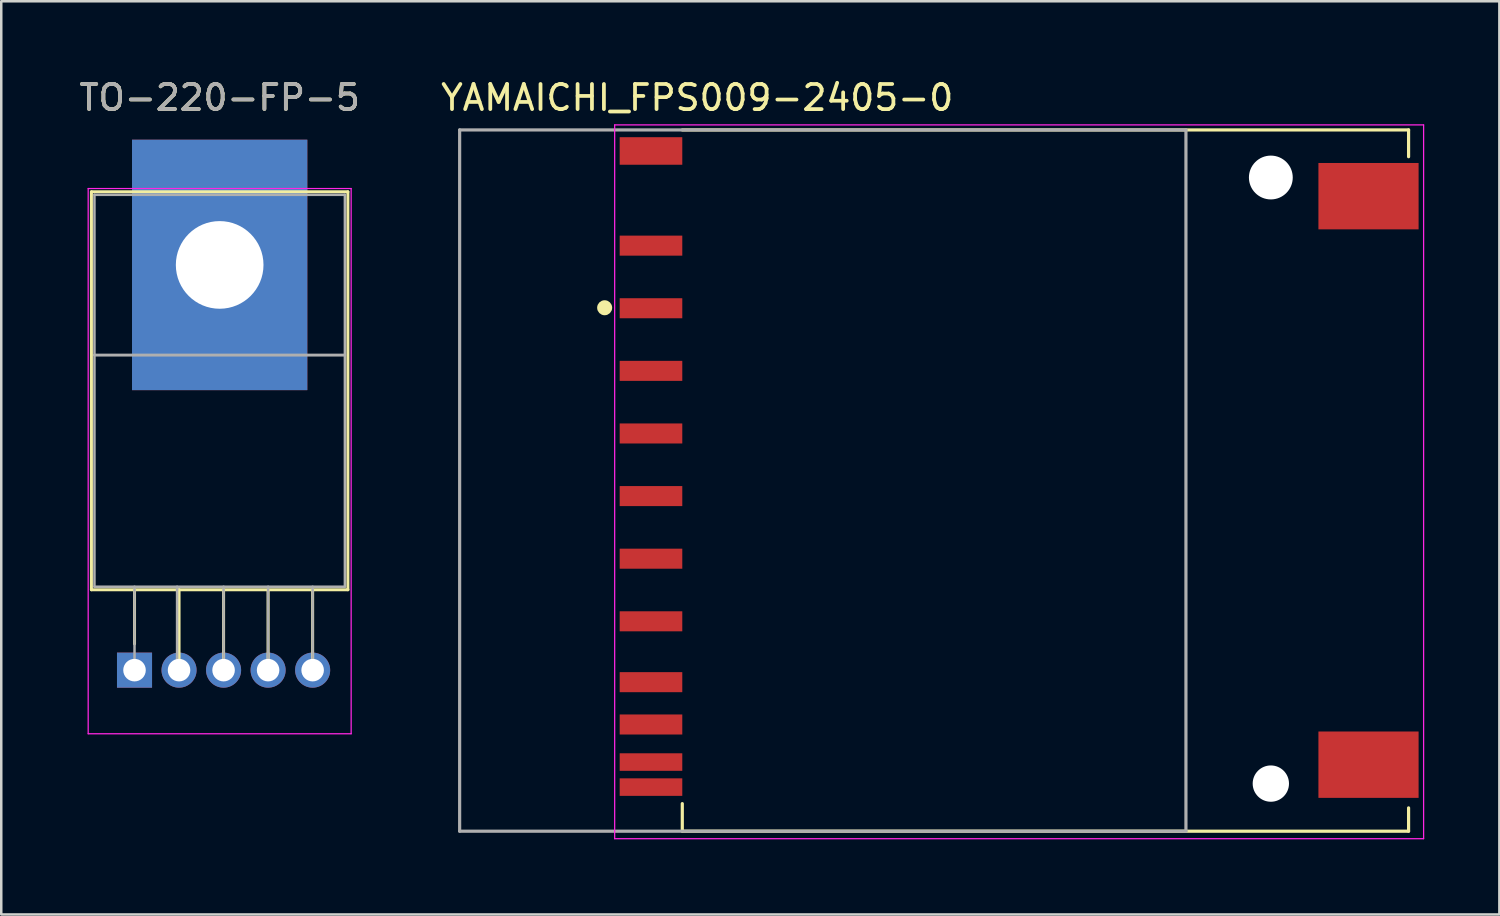
<source format=kicad_pcb>
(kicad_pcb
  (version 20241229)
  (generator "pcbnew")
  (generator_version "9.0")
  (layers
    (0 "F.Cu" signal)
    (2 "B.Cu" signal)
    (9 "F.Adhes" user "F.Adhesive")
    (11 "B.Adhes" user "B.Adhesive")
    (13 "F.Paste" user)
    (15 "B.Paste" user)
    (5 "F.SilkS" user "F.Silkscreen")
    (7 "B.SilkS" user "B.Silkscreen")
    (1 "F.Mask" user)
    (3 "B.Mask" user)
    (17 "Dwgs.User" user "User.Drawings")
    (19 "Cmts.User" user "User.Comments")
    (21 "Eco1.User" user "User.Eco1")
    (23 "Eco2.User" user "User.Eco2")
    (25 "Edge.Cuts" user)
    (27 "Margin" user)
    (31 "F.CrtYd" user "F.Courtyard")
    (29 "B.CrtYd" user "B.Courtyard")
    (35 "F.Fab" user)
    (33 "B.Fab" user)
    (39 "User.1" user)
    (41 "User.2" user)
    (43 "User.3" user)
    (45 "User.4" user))
  (footprint "TO-220-FP-5"
    (layer "F.Cu")
    (at 2.321 23.708)
    (property "Reference" "TO-220-FP-5" (at 3.4 -22.86 0) (layer "F.SilkS") (effects (font (size 1 1) (thickness 0.15))))
    (attr through_hole)
    (fp_line (start -1.721 -19.1) (end -1.721 -3.21) (stroke (width 0.12) (type solid)) (layer "F.SilkS"))
    (fp_line (start -1.721 -19.1) (end 8.52 -19.1) (stroke (width 0.12) (type solid)) (layer "F.SilkS"))
    (fp_line (start -1.721 -3.21) (end 8.52 -3.21) (stroke (width 0.12) (type solid)) (layer "F.SilkS"))
    (fp_line (start 0 -3.21) (end 0 -1.05) (stroke (width 0.12) (type solid)) (layer "F.SilkS"))
    (fp_line (start 1.778 -3.21) (end 1.778 0) (stroke (width 0.12) (type solid)) (layer "F.SilkS"))
    (fp_line (start 3.556 -3.21) (end 3.556 0) (stroke (width 0.12) (type solid)) (layer "F.SilkS"))
    (fp_line (start 5.334 -3.21) (end 5.334 0) (stroke (width 0.12) (type solid)) (layer "F.SilkS"))
    (fp_line (start 7.112 -3.21) (end 7.112 0) (stroke (width 0.12) (type solid)) (layer "F.SilkS"))
    (fp_line (start 8.52 -19.1) (end 8.52 -3.21) (stroke (width 0.12) (type solid)) (layer "F.SilkS"))
    (fp_line (start -1.85 -19.23) (end -1.85 2.54) (stroke (width 0.05) (type solid)) (layer "F.CrtYd"))
    (fp_line (start -1.85 2.54) (end 8.65 2.54) (stroke (width 0.05) (type solid)) (layer "F.CrtYd"))
    (fp_line (start 8.65 -19.23) (end -1.85 -19.23) (stroke (width 0.05) (type solid)) (layer "F.CrtYd"))
    (fp_line (start 8.65 2.54) (end 8.65 -19.23) (stroke (width 0.05) (type solid)) (layer "F.CrtYd"))
    (fp_line (start -1.6 -18.98) (end 8.4 -18.98) (stroke (width 0.1) (type solid)) (layer "F.Fab"))
    (fp_line (start -1.6 -12.58) (end -1.6 -18.98) (stroke (width 0.1) (type solid)) (layer "F.Fab"))
    (fp_line (start -1.6 -12.58) (end 8.4 -12.58) (stroke (width 0.1) (type solid)) (layer "F.Fab"))
    (fp_line (start -1.6 -3.33) (end -1.6 -12.58) (stroke (width 0.1) (type solid)) (layer "F.Fab"))
    (fp_line (start 0 -3.33) (end 0 0) (stroke (width 0.1) (type solid)) (layer "F.Fab"))
    (fp_line (start 1.7 -3.33) (end 1.7 0) (stroke (width 0.1) (type solid)) (layer "F.Fab"))
    (fp_line (start 3.556 -3.33) (end 3.556 0) (stroke (width 0.1) (type solid)) (layer "F.Fab"))
    (fp_line (start 5.334 -3.33) (end 5.334 0) (stroke (width 0.1) (type solid)) (layer "F.Fab"))
    (fp_line (start 7.112 -3.33) (end 7.112 0) (stroke (width 0.1) (type solid)) (layer "F.Fab"))
    (fp_line (start 8.4 -18.98) (end 8.4 -12.58) (stroke (width 0.1) (type solid)) (layer "F.Fab"))
    (fp_line (start 8.4 -12.58) (end -1.6 -12.58) (stroke (width 0.1) (type solid)) (layer "F.Fab"))
    (fp_line (start 8.4 -12.58) (end 8.4 -3.33) (stroke (width 0.1) (type solid)) (layer "F.Fab"))
    (fp_line (start 8.4 -3.33) (end -1.6 -3.33) (stroke (width 0.1) (type solid)) (layer "F.Fab"))
    (fp_text user "${REFERENCE}" (at 3.4 -22.86 0) (layer "F.Fab") (effects (font (size 1 1) (thickness 0.15))))
    (pad "1" thru_hole rect (at 0 0) (size 1.4 1.4) (drill 0.9) (layers "*.Cu" "*.Mask"))
    (pad "2" thru_hole oval (at 1.778 0) (size 1.4 1.4) (drill 0.9) (layers "*.Cu" "*.Mask"))
    (pad "3" thru_hole oval (at 3.556 0) (size 1.4 1.4) (drill 0.9) (layers "*.Cu" "*.Mask"))
    (pad "4" thru_hole oval (at 5.334 0) (size 1.4 1.4) (drill 0.9) (layers "*.Cu" "*.Mask"))
    (pad "5" thru_hole oval (at 7.112 0) (size 1.4 1.4) (drill 0.9) (layers "*.Cu" "*.Mask"))
    (pad "6" thru_hole rect (at 3.4 -16.18) (size 7 10) (drill 3.5) (layers "*.Cu" "*.Mask")))
  (footprint "YAMAICHI_FPS009-2405-0"
    (layer "F.Cu")
    (at 38.803 16.138)
    (property "Reference" "YAMAICHI_FPS009-2405-0" (at -14.014 -15.288 0) (layer "F.SilkS") (effects (font (size 1.003 1.003) (thickness 0.15))))
    (attr through_hole)
    (fp_line (start -14.61 -14) (end 14.39 -14) (stroke (width 0.127) (type solid)) (layer "F.SilkS"))
    (fp_line (start -14.61 14) (end -14.61 12.9) (stroke (width 0.127) (type solid)) (layer "F.SilkS"))
    (fp_line (start 14.39 -14) (end 14.39 -12.93) (stroke (width 0.127) (type solid)) (layer "F.SilkS"))
    (fp_line (start 14.39 14) (end -14.61 14) (stroke (width 0.127) (type solid)) (layer "F.SilkS"))
    (fp_line (start 14.39 14) (end 14.39 13.07) (stroke (width 0.127) (type solid)) (layer "F.SilkS"))
    (fp_circle (center -17.71 -6.9) (end -17.56 -6.9) (stroke (width 0.3) (type solid)) (fill no) (layer "F.SilkS"))
    (fp_line (start -17.31 -14.2) (end -17.31 14.3) (stroke (width 0.05) (type solid)) (layer "F.CrtYd"))
    (fp_line (start -17.31 14.3) (end 14.99 14.3) (stroke (width 0.05) (type solid)) (layer "F.CrtYd"))
    (fp_line (start 14.99 -14.2) (end -17.31 -14.2) (stroke (width 0.05) (type solid)) (layer "F.CrtYd"))
    (fp_line (start 14.99 14.3) (end 14.99 -14.2) (stroke (width 0.05) (type solid)) (layer "F.CrtYd"))
    (fp_line (start -23.5 -14) (end -23.5 14) (stroke (width 0.127) (type solid)) (layer "F.Fab"))
    (fp_line (start -23.5 14) (end 5.5 14) (stroke (width 0.127) (type solid)) (layer "F.Fab"))
    (fp_line (start 5.5 -14) (end -23.5 -14) (stroke (width 0.127) (type solid)) (layer "F.Fab"))
    (fp_line (start 5.5 14) (end 5.5 -14) (stroke (width 0.127) (type solid)) (layer "F.Fab"))
    (pad "" np_thru_hole circle (at 8.89 -12.1) (size 1.75 1.75) (drill 1.75) (layers "*.Cu" "*.Mask"))
    (pad "" np_thru_hole circle (at 8.89 12.1) (size 1.45 1.45) (drill 1.45) (layers "*.Cu" "*.Mask"))
    (pad "1" smd rect (at -15.86 -6.88) (size 2.5 0.8) (layers "F.Cu" "F.Mask" "F.Paste"))
    (pad "2" smd rect (at -15.86 -4.38) (size 2.5 0.8) (layers "F.Cu" "F.Mask" "F.Paste"))
    (pad "3" smd rect (at -15.86 -1.88) (size 2.5 0.8) (layers "F.Cu" "F.Mask" "F.Paste"))
    (pad "4" smd rect (at -15.86 0.62) (size 2.5 0.8) (layers "F.Cu" "F.Mask" "F.Paste"))
    (pad "5" smd rect (at -15.86 3.12) (size 2.5 0.8) (layers "F.Cu" "F.Mask" "F.Paste"))
    (pad "6" smd rect (at -15.86 5.62) (size 2.5 0.8) (layers "F.Cu" "F.Mask" "F.Paste"))
    (pad "7" smd rect (at -15.86 8.05) (size 2.5 0.8) (layers "F.Cu" "F.Mask" "F.Paste"))
    (pad "8" smd rect (at -15.86 9.74) (size 2.5 0.8) (layers "F.Cu" "F.Mask" "F.Paste"))
    (pad "9" smd rect (at -15.86 -9.38) (size 2.5 0.8) (layers "F.Cu" "F.Mask" "F.Paste"))
    (pad "10" smd rect (at -15.86 11.24) (size 2.5 0.7) (layers "F.Cu" "F.Mask" "F.Paste"))
    (pad "11" smd rect (at -15.86 12.24) (size 2.5 0.7) (layers "F.Cu" "F.Mask" "F.Paste"))
    (pad "12" smd rect (at -15.86 -13.16) (size 2.5 1.1) (layers "F.Cu" "F.Mask" "F.Paste"))
    (pad "13" smd rect (at 12.79 11.345) (size 4 2.65) (layers "F.Cu" "F.Mask" "F.Paste"))
    (pad "14" smd rect (at 12.79 -11.355) (size 4 2.65) (layers "F.Cu" "F.Mask" "F.Paste"))
    (zone (net_name "") (layer "F.Cu") (hatch full 0.508) (connect_pads) (min_thickness 0.01) (filled_areas_thickness no) (keepout (tracks not_allowed) (vias not_allowed) (pads not_allowed) (copperpour not_allowed) (footprints allowed)) (placement (enabled no)) (fill) (polygon (pts (xy 29.759 23.688) (xy 31.293 23.688) (xy 31.293 24.72) (xy 29.759 24.72))))
    (zone (net_name "") (layer "F.Cu") (hatch full 0.508) (connect_pads) (min_thickness 0.01) (filled_areas_thickness no) (keepout (tracks not_allowed) (vias not_allowed) (pads not_allowed) (copperpour not_allowed) (footprints allowed)) (placement (enabled no)) (fill) (polygon (pts (xy 29.769 21.258) (xy 31.293 21.258) (xy 31.293 22.274) (xy 29.769 22.274))))
    (zone (net_name "") (layer "F.Cu") (hatch full 0.508) (connect_pads) (min_thickness 0.01) (filled_areas_thickness no) (keepout (tracks not_allowed) (vias not_allowed) (pads not_allowed) (copperpour not_allowed) (footprints allowed)) (placement (enabled no)) (fill) (polygon (pts (xy 29.774 11.258) (xy 31.293 11.258) (xy 31.293 12.25) (xy 29.774 12.25))))
    (zone (net_name "") (layer "F.Cu") (hatch full 0.508) (connect_pads) (min_thickness 0.01) (filled_areas_thickness no) (keepout (tracks not_allowed) (vias not_allowed) (pads not_allowed) (copperpour not_allowed) (footprints allowed)) (placement (enabled no)) (fill) (polygon (pts (xy 29.777 25.378) (xy 31.293 25.378) (xy 31.293 26.396) (xy 29.777 26.396))))
    (zone (net_name "") (layer "F.Cu") (hatch full 0.508) (connect_pads) (min_thickness 0.01) (filled_areas_thickness no) (keepout (tracks not_allowed) (vias not_allowed) (pads not_allowed) (copperpour not_allowed) (footprints allowed)) (placement (enabled no)) (fill) (polygon (pts (xy 29.782 18.758) (xy 31.293 18.758) (xy 31.293 19.763) (xy 29.782 19.763))))
    (zone (net_name "") (layer "F.Cu") (hatch full 0.508) (connect_pads) (min_thickness 0.01) (filled_areas_thickness no) (keepout (tracks not_allowed) (vias not_allowed) (pads not_allowed) (copperpour not_allowed) (footprints allowed)) (placement (enabled no)) (fill) (polygon (pts (xy 29.786 8.758) (xy 31.293 8.758) (xy 31.293 9.754) (xy 29.786 9.754))))
    (zone (net_name "") (layer "F.Cu") (hatch full 0.508) (connect_pads) (min_thickness 0.01) (filled_areas_thickness no) (keepout (tracks not_allowed) (vias not_allowed) (pads not_allowed) (copperpour not_allowed) (footprints allowed)) (placement (enabled no)) (fill) (polygon (pts (xy 30.166 16.258) (xy 31.693 16.258) (xy 31.693 17.262) (xy 30.166 17.262))))
    (zone (net_name "") (layer "F.Cu") (hatch full 0.508) (connect_pads) (min_thickness 0.01) (filled_areas_thickness no) (keepout (tracks not_allowed) (vias not_allowed) (pads not_allowed) (copperpour not_allowed) (footprints allowed)) (placement (enabled no)) (fill) (polygon (pts (xy 30.188 13.758) (xy 31.693 13.758) (xy 31.693 14.758) (xy 30.188 14.758))))
    (zone (net_name "") (layer "F.Cu") (hatch full 0.508) (connect_pads) (min_thickness 0.01) (filled_areas_thickness no) (keepout (tracks not_allowed) (vias not_allowed) (pads not_allowed) (copperpour not_allowed) (footprints allowed)) (placement (enabled no)) (fill) (polygon (pts (xy 32.076 6.258) (xy 33.593 6.258) (xy 33.593 7.236) (xy 32.076 7.236)))))
  (gr_rect
    (start -3 -3)
    (end 56.818 33.463)
    (stroke (width 0.1) (type default))
    (fill no)
    (layer "Edge.Cuts")))
</source>
